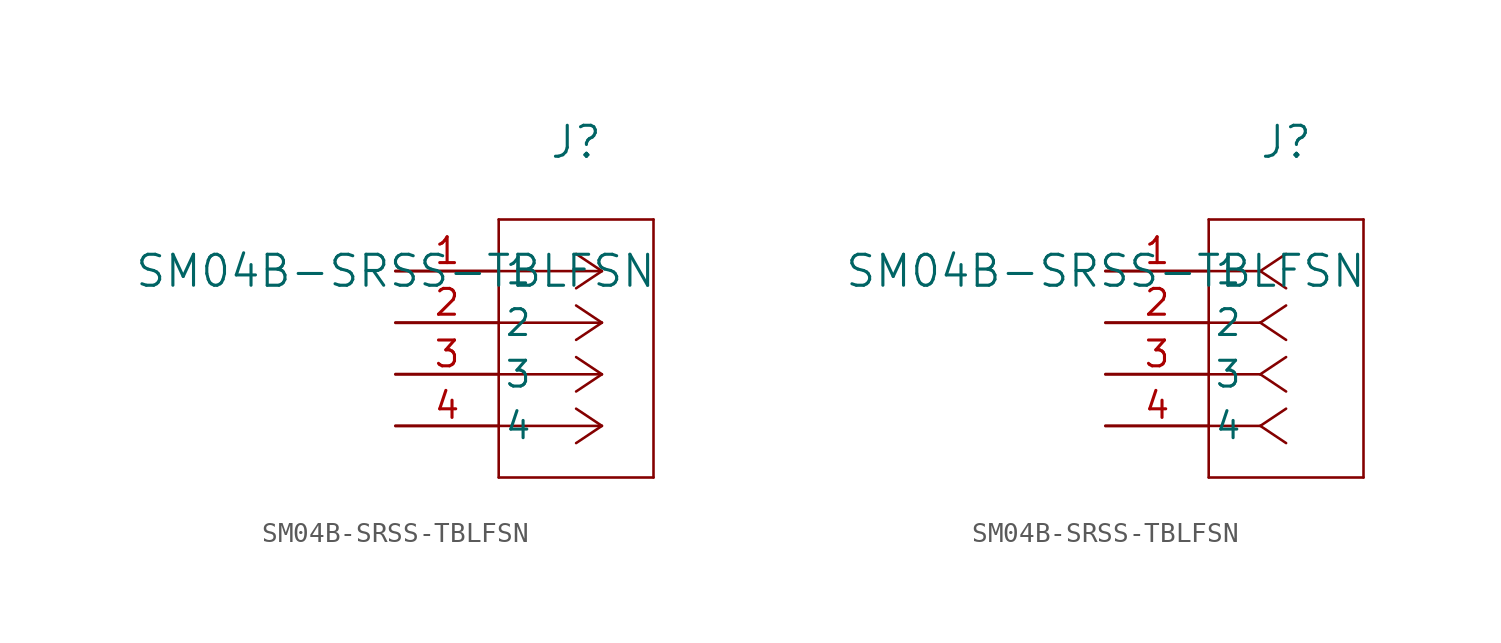
<source format=kicad_sym>
(kicad_symbol_lib
  (version 20220914)
  (generator kicad_symbol_editor)
  (symbol "SM04B-SRSS-TBLFSN"
    (pin_names
      (offset 0.254))
    (property "Reference" "J"
      (at 8.89 6.35 0)
      (effects (font (size 1.524 1.524))))
    (property "Value" "SM04B-SRSS-TBLFSN"
      (at 0 0 0)
      (effects (font (size 1.524 1.524))))
    (symbol "SM04B-SRSS-TBLFSN_1_1"
      (polyline (pts (xy 5.08 -10.16) (xy 12.7 -10.16)) (stroke (width 0.127) (type default)) (fill (type none)))
      (polyline (pts (xy 5.08 2.54) (xy 5.08 -10.16)) (stroke (width 0.127) (type default)) (fill (type none)))
      (polyline (pts (xy 10.16 -7.62) (xy 5.08 -7.62)) (stroke (width 0.127) (type default)) (fill (type none)))
      (polyline (pts (xy 10.16 -7.62) (xy 8.89 -8.467)) (stroke (width 0.127) (type default)) (fill (type none)))
      (polyline (pts (xy 10.16 -7.62) (xy 8.89 -6.773)) (stroke (width 0.127) (type default)) (fill (type none)))
      (polyline (pts (xy 10.16 -5.08) (xy 5.08 -5.08)) (stroke (width 0.127) (type default)) (fill (type none)))
      (polyline (pts (xy 10.16 -5.08) (xy 8.89 -5.927)) (stroke (width 0.127) (type default)) (fill (type none)))
      (polyline (pts (xy 10.16 -5.08) (xy 8.89 -4.233)) (stroke (width 0.127) (type default)) (fill (type none)))
      (polyline (pts (xy 10.16 -2.54) (xy 5.08 -2.54)) (stroke (width 0.127) (type default)) (fill (type none)))
      (polyline (pts (xy 10.16 -2.54) (xy 8.89 -3.387)) (stroke (width 0.127) (type default)) (fill (type none)))
      (polyline (pts (xy 10.16 -2.54) (xy 8.89 -1.693)) (stroke (width 0.127) (type default)) (fill (type none)))
      (polyline (pts (xy 10.16 0) (xy 5.08 0)) (stroke (width 0.127) (type default)) (fill (type none)))
      (polyline (pts (xy 10.16 0) (xy 8.89 -0.847)) (stroke (width 0.127) (type default)) (fill (type none)))
      (polyline (pts (xy 10.16 0) (xy 8.89 0.847)) (stroke (width 0.127) (type default)) (fill (type none)))
      (polyline (pts (xy 12.7 -10.16) (xy 12.7 2.54)) (stroke (width 0.127) (type default)) (fill (type none)))
      (polyline (pts (xy 12.7 2.54) (xy 5.08 2.54)) (stroke (width 0.127) (type default)) (fill (type none)))
      (pin unspecified line (at 0 0 0) (length 5.08) (name "1" (effects (font (size 1.27 1.27)))) (number "1" (effects (font (size 1.27 1.27)))))
      (pin unspecified line (at 0 -2.54 0) (length 5.08) (name "2" (effects (font (size 1.27 1.27)))) (number "2" (effects (font (size 1.27 1.27)))))
      (pin unspecified line (at 0 -5.08 0) (length 5.08) (name "3" (effects (font (size 1.27 1.27)))) (number "3" (effects (font (size 1.27 1.27)))))
      (pin unspecified line (at 0 -7.62 0) (length 5.08) (name "4" (effects (font (size 1.27 1.27)))) (number "4" (effects (font (size 1.27 1.27))))))
    (symbol "SM04B-SRSS-TBLFSN_1_2"
      (polyline (pts (xy 5.08 -10.16) (xy 12.7 -10.16)) (stroke (width 0.127) (type default)) (fill (type none)))
      (polyline (pts (xy 5.08 2.54) (xy 5.08 -10.16)) (stroke (width 0.127) (type default)) (fill (type none)))
      (polyline (pts (xy 7.62 -7.62) (xy 5.08 -7.62)) (stroke (width 0.127) (type default)) (fill (type none)))
      (polyline (pts (xy 7.62 -7.62) (xy 8.89 -8.467)) (stroke (width 0.127) (type default)) (fill (type none)))
      (polyline (pts (xy 7.62 -7.62) (xy 8.89 -6.773)) (stroke (width 0.127) (type default)) (fill (type none)))
      (polyline (pts (xy 7.62 -5.08) (xy 5.08 -5.08)) (stroke (width 0.127) (type default)) (fill (type none)))
      (polyline (pts (xy 7.62 -5.08) (xy 8.89 -5.927)) (stroke (width 0.127) (type default)) (fill (type none)))
      (polyline (pts (xy 7.62 -5.08) (xy 8.89 -4.233)) (stroke (width 0.127) (type default)) (fill (type none)))
      (polyline (pts (xy 7.62 -2.54) (xy 5.08 -2.54)) (stroke (width 0.127) (type default)) (fill (type none)))
      (polyline (pts (xy 7.62 -2.54) (xy 8.89 -3.387)) (stroke (width 0.127) (type default)) (fill (type none)))
      (polyline (pts (xy 7.62 -2.54) (xy 8.89 -1.693)) (stroke (width 0.127) (type default)) (fill (type none)))
      (polyline (pts (xy 7.62 0) (xy 5.08 0)) (stroke (width 0.127) (type default)) (fill (type none)))
      (polyline (pts (xy 7.62 0) (xy 8.89 -0.847)) (stroke (width 0.127) (type default)) (fill (type none)))
      (polyline (pts (xy 7.62 0) (xy 8.89 0.847)) (stroke (width 0.127) (type default)) (fill (type none)))
      (polyline (pts (xy 12.7 -10.16) (xy 12.7 2.54)) (stroke (width 0.127) (type default)) (fill (type none)))
      (polyline (pts (xy 12.7 2.54) (xy 5.08 2.54)) (stroke (width 0.127) (type default)) (fill (type none)))
      (pin unspecified line (at 0 0 0) (length 5.08) (name "1" (effects (font (size 1.27 1.27)))) (number "1" (effects (font (size 1.27 1.27)))))
      (pin unspecified line (at 0 -2.54 0) (length 5.08) (name "2" (effects (font (size 1.27 1.27)))) (number "2" (effects (font (size 1.27 1.27)))))
      (pin unspecified line (at 0 -5.08 0) (length 5.08) (name "3" (effects (font (size 1.27 1.27)))) (number "3" (effects (font (size 1.27 1.27)))))
      (pin unspecified line (at 0 -7.62 0) (length 5.08) (name "4" (effects (font (size 1.27 1.27)))) (number "4" (effects (font (size 1.27 1.27))))))))
</source>
